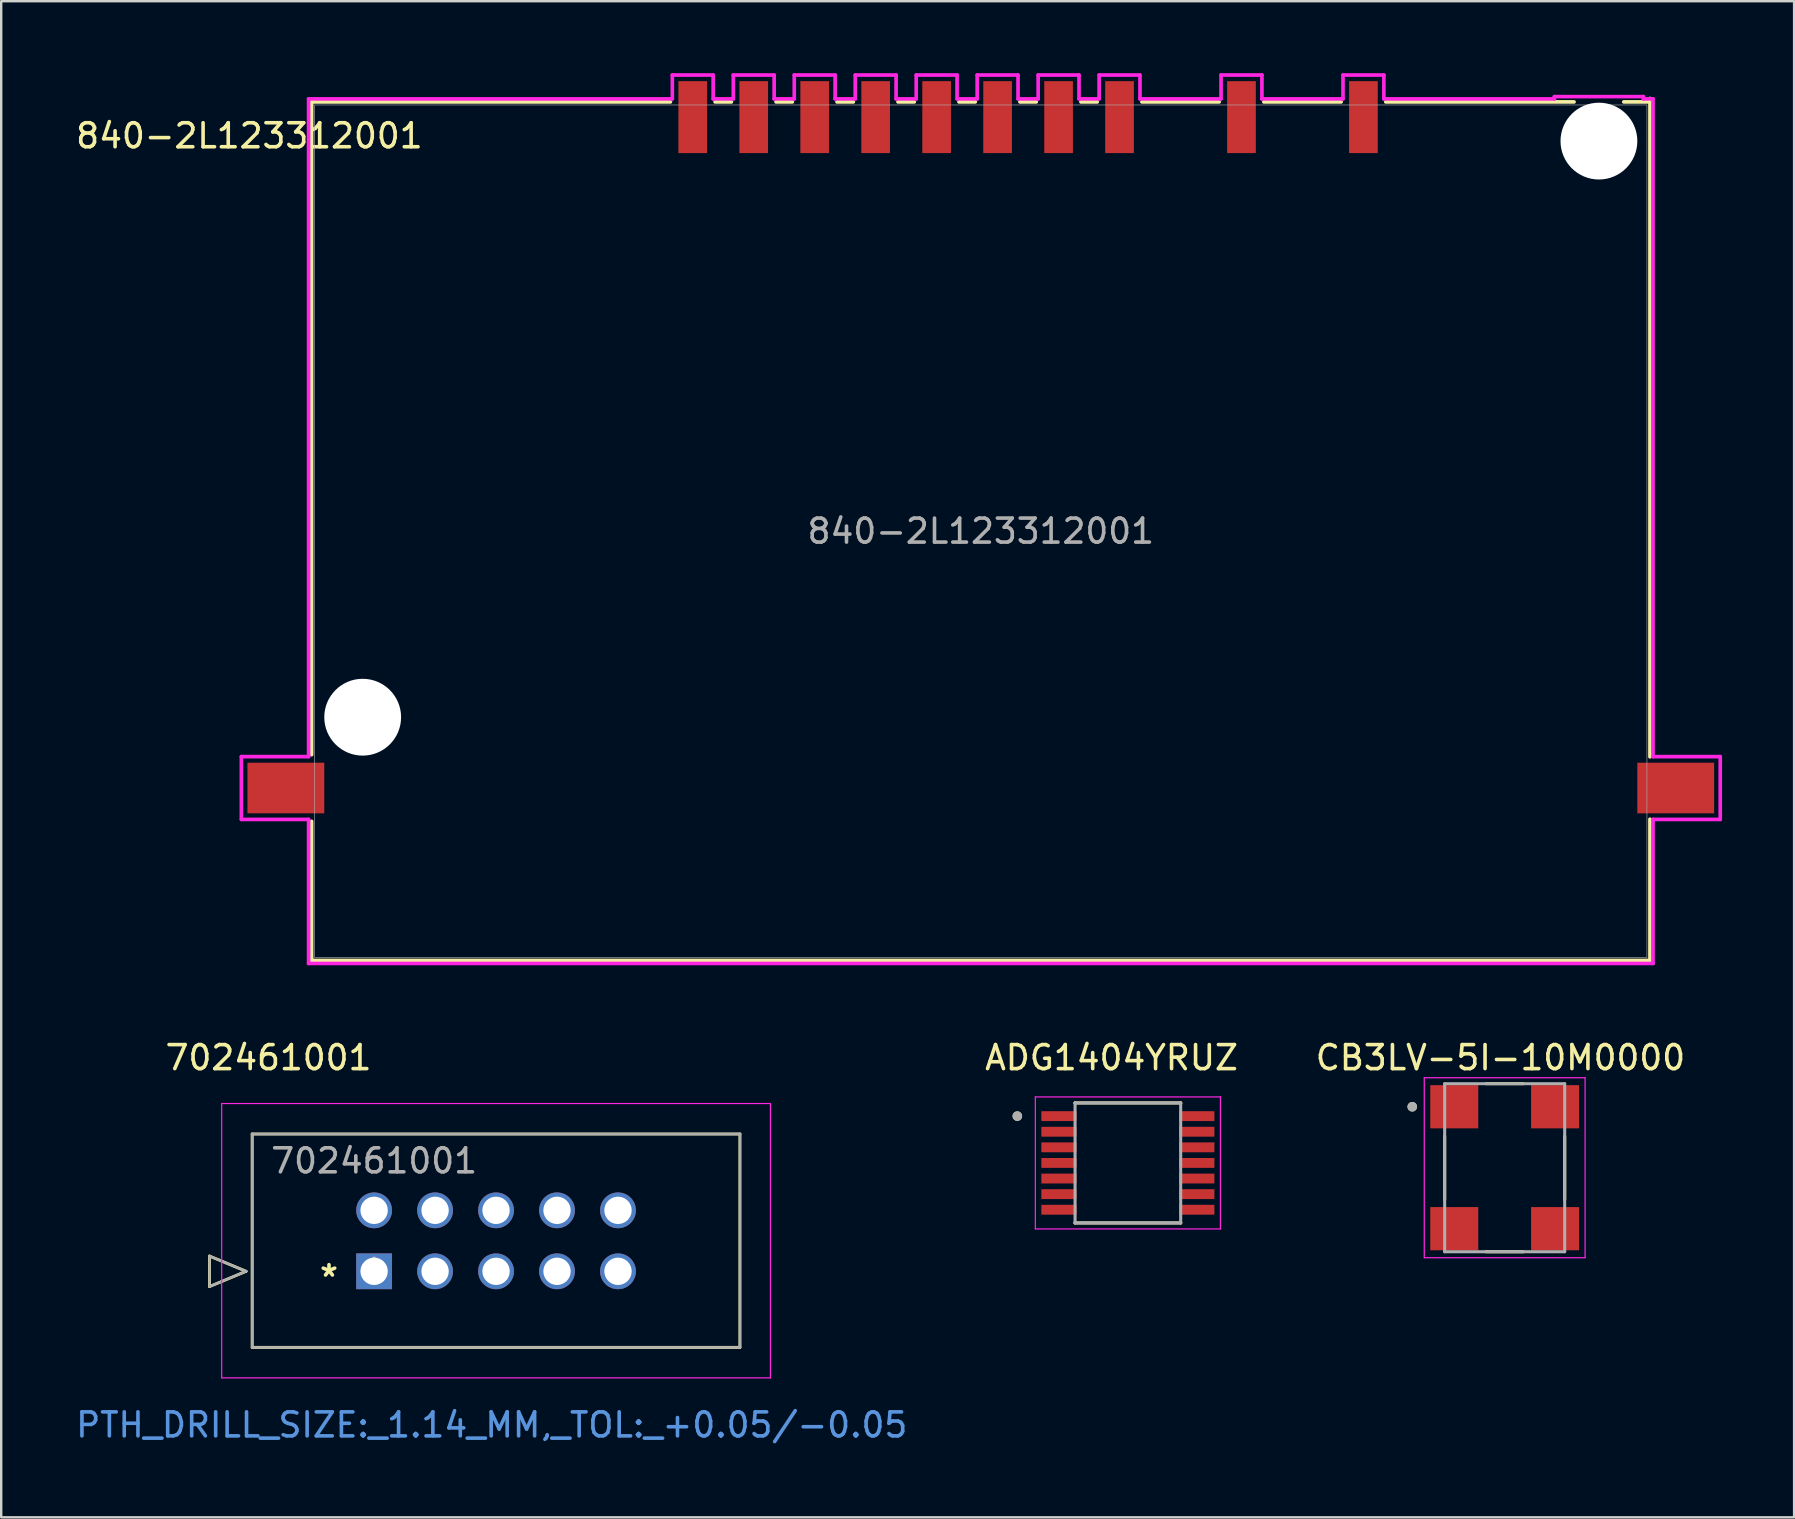
<source format=kicad_pcb>
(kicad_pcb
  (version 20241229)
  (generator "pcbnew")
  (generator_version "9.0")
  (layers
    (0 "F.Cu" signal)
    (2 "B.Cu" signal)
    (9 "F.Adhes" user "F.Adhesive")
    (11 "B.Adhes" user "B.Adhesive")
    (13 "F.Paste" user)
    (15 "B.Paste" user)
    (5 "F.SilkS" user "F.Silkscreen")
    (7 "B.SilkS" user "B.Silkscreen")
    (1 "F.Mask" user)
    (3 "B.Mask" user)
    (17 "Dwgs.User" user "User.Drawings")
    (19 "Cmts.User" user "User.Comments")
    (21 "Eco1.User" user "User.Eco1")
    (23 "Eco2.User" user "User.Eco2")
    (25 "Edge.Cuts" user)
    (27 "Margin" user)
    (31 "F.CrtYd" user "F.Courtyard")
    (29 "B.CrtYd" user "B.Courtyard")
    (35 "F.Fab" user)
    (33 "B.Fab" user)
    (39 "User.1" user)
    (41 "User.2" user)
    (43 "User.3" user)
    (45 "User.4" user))
  (footprint "CB3LV-5I-10M0000"
    (layer "F.Cu")
    (at 59.633 45.596)
    (property "Reference" "CB3LV-5I-10M0000" (at -0.175 -4.585 0) (layer "F.SilkS") (effects (font (size 1 1) (thickness 0.15))))
    (attr smd)
    (fp_line (start -2.5 -1.32) (end -2.5 1.32) (stroke (width 0.127) (type solid)) (layer "F.SilkS"))
    (fp_line (start -0.78 -3.5) (end 0.78 -3.5) (stroke (width 0.127) (type solid)) (layer "F.SilkS"))
    (fp_line (start -0.78 3.5) (end 0.78 3.5) (stroke (width 0.127) (type solid)) (layer "F.SilkS"))
    (fp_line (start 2.5 -1.32) (end 2.5 1.32) (stroke (width 0.127) (type solid)) (layer "F.SilkS"))
    (fp_circle (center -3.85 -2.54) (end -3.75 -2.54) (stroke (width 0.2) (type solid)) (fill no) (layer "F.SilkS"))
    (fp_line (start -3.35 -3.75) (end -3.35 3.75) (stroke (width 0.05) (type solid)) (layer "F.CrtYd"))
    (fp_line (start -3.35 -3.75) (end 3.35 -3.75) (stroke (width 0.05) (type solid)) (layer "F.CrtYd"))
    (fp_line (start 3.35 -3.75) (end 3.35 3.75) (stroke (width 0.05) (type solid)) (layer "F.CrtYd"))
    (fp_line (start 3.35 3.75) (end -3.35 3.75) (stroke (width 0.05) (type solid)) (layer "F.CrtYd"))
    (fp_line (start -2.5 -3.5) (end -2.5 3.5) (stroke (width 0.127) (type solid)) (layer "F.Fab"))
    (fp_line (start -2.5 -3.5) (end 2.5 -3.5) (stroke (width 0.127) (type solid)) (layer "F.Fab"))
    (fp_line (start 2.5 -3.5) (end 2.5 3.5) (stroke (width 0.127) (type solid)) (layer "F.Fab"))
    (fp_line (start 2.5 3.5) (end -2.5 3.5) (stroke (width 0.127) (type solid)) (layer "F.Fab"))
    (fp_circle (center -3.85 -2.54) (end -3.75 -2.54) (stroke (width 0.2) (type solid)) (fill no) (layer "F.Fab"))
    (pad "1" smd rect (at -2.1 -2.54) (size 2 1.8) (layers "F.Cu" "F.Mask" "F.Paste"))
    (pad "2" smd rect (at -2.1 2.54) (size 2 1.8) (layers "F.Cu" "F.Mask" "F.Paste"))
    (pad "3" smd rect (at 2.1 2.54) (size 2 1.8) (layers "F.Cu" "F.Mask" "F.Paste"))
    (pad "4" smd rect (at 2.1 -2.54) (size 2 1.8) (layers "F.Cu" "F.Mask" "F.Paste")))
  (footprint "ADG1404YRUZ"
    (layer "F.Cu")
    (at 43.936 45.396)
    (property "Reference" "ADG1404YRUZ" (at -0.68 -4.385 0) (layer "F.SilkS") (effects (font (size 1 1) (thickness 0.15))))
    (attr smd)
    (fp_line (start -2.2 -2.5) (end -2.2 -2.475) (stroke (width 0.127) (type solid)) (layer "F.SilkS"))
    (fp_line (start -2.2 -2.5) (end 2.2 -2.5) (stroke (width 0.127) (type solid)) (layer "F.SilkS"))
    (fp_line (start -2.2 2.5) (end -2.2 2.475) (stroke (width 0.127) (type solid)) (layer "F.SilkS"))
    (fp_line (start -2.2 2.5) (end 2.2 2.5) (stroke (width 0.127) (type solid)) (layer "F.SilkS"))
    (fp_line (start 2.2 -2.5) (end 2.2 -2.475) (stroke (width 0.127) (type solid)) (layer "F.SilkS"))
    (fp_line (start 2.2 2.5) (end 2.2 2.475) (stroke (width 0.127) (type solid)) (layer "F.SilkS"))
    (fp_circle (center -4.605 -1.95) (end -4.505 -1.95) (stroke (width 0.2) (type solid)) (fill no) (layer "F.SilkS"))
    (fp_line (start -3.855 -2.75) (end -3.855 2.75) (stroke (width 0.05) (type solid)) (layer "F.CrtYd"))
    (fp_line (start -3.855 2.75) (end 3.855 2.75) (stroke (width 0.05) (type solid)) (layer "F.CrtYd"))
    (fp_line (start 3.855 -2.75) (end -3.855 -2.75) (stroke (width 0.05) (type solid)) (layer "F.CrtYd"))
    (fp_line (start 3.855 2.75) (end 3.855 -2.75) (stroke (width 0.05) (type solid)) (layer "F.CrtYd"))
    (fp_line (start -2.2 -2.5) (end -2.2 2.5) (stroke (width 0.127) (type solid)) (layer "F.Fab"))
    (fp_line (start -2.2 -2.5) (end 2.2 -2.5) (stroke (width 0.127) (type solid)) (layer "F.Fab"))
    (fp_line (start -2.2 2.5) (end 2.2 2.5) (stroke (width 0.127) (type solid)) (layer "F.Fab"))
    (fp_line (start 2.2 -2.5) (end 2.2 2.5) (stroke (width 0.127) (type solid)) (layer "F.Fab"))
    (fp_circle (center -4.605 -1.95) (end -4.505 -1.95) (stroke (width 0.2) (type solid)) (fill no) (layer "F.Fab"))
    (pad "1" smd roundrect (at -2.87 -1.95) (size 1.47 0.41) (layers "F.Cu" "F.Mask" "F.Paste") (roundrect_rratio 0.05))
    (pad "2" smd roundrect (at -2.87 -1.3) (size 1.47 0.41) (layers "F.Cu" "F.Mask" "F.Paste") (roundrect_rratio 0.05))
    (pad "3" smd roundrect (at -2.87 -0.65) (size 1.47 0.41) (layers "F.Cu" "F.Mask" "F.Paste") (roundrect_rratio 0.05))
    (pad "4" smd roundrect (at -2.87 0) (size 1.47 0.41) (layers "F.Cu" "F.Mask" "F.Paste") (roundrect_rratio 0.05))
    (pad "5" smd roundrect (at -2.87 0.65) (size 1.47 0.41) (layers "F.Cu" "F.Mask" "F.Paste") (roundrect_rratio 0.05))
    (pad "6" smd roundrect (at -2.87 1.3) (size 1.47 0.41) (layers "F.Cu" "F.Mask" "F.Paste") (roundrect_rratio 0.05))
    (pad "7" smd roundrect (at -2.87 1.95) (size 1.47 0.41) (layers "F.Cu" "F.Mask" "F.Paste") (roundrect_rratio 0.05))
    (pad "8" smd roundrect (at 2.87 1.95) (size 1.47 0.41) (layers "F.Cu" "F.Mask" "F.Paste") (roundrect_rratio 0.05))
    (pad "9" smd roundrect (at 2.87 1.3) (size 1.47 0.41) (layers "F.Cu" "F.Mask" "F.Paste") (roundrect_rratio 0.05))
    (pad "10" smd roundrect (at 2.87 0.65) (size 1.47 0.41) (layers "F.Cu" "F.Mask" "F.Paste") (roundrect_rratio 0.05))
    (pad "11" smd roundrect (at 2.87 0) (size 1.47 0.41) (layers "F.Cu" "F.Mask" "F.Paste") (roundrect_rratio 0.05))
    (pad "12" smd roundrect (at 2.87 -0.65) (size 1.47 0.41) (layers "F.Cu" "F.Mask" "F.Paste") (roundrect_rratio 0.05))
    (pad "13" smd roundrect (at 2.87 -1.3) (size 1.47 0.41) (layers "F.Cu" "F.Mask" "F.Paste") (roundrect_rratio 0.05))
    (pad "14" smd roundrect (at 2.87 -1.95) (size 1.47 0.41) (layers "F.Cu" "F.Mask" "F.Paste") (roundrect_rratio 0.05)))
  (footprint "702461001"
    (layer "F.Cu")
    (at 12.535 49.911)
    (property "Reference" "702461001" (at -4.4 -8.9 0) (layer "F.SilkS") (effects (font (size 1 1) (thickness 0.15))))
    (attr through_hole)
    (fp_line (start -6.858 -0.635) (end -6.858 0.635) (stroke (width 0.12) (type solid)) (layer "F.SilkS"))
    (fp_line (start -6.858 0.635) (end -5.334 0) (stroke (width 0.12) (type solid)) (layer "F.SilkS"))
    (fp_line (start -5.334 0) (end -6.858 -0.635) (stroke (width 0.12) (type solid)) (layer "F.SilkS"))
    (fp_line (start -5.08 -5.72) (end -5.08 3.17) (stroke (width 0.12) (type solid)) (layer "F.SilkS"))
    (fp_line (start -5.08 3.17) (end 15.24 3.17) (stroke (width 0.12) (type solid)) (layer "F.SilkS"))
    (fp_line (start 15.24 -5.72) (end -5.08 -5.72) (stroke (width 0.12) (type solid)) (layer "F.SilkS"))
    (fp_line (start 15.24 3.17) (end 15.24 -5.72) (stroke (width 0.12) (type solid)) (layer "F.SilkS"))
    (fp_line (start -6.35 -6.99) (end -6.35 4.44) (stroke (width 0.05) (type solid)) (layer "F.CrtYd"))
    (fp_line (start -6.35 4.44) (end 16.51 4.44) (stroke (width 0.05) (type solid)) (layer "F.CrtYd"))
    (fp_line (start 16.51 -6.99) (end -6.35 -6.99) (stroke (width 0.05) (type solid)) (layer "F.CrtYd"))
    (fp_line (start 16.51 4.44) (end 16.51 -6.99) (stroke (width 0.05) (type solid)) (layer "F.CrtYd"))
    (fp_line (start -6.858 -0.635) (end -6.858 0.635) (stroke (width 0.1) (type solid)) (layer "F.Fab"))
    (fp_line (start -6.858 0.635) (end -5.334 0) (stroke (width 0.1) (type solid)) (layer "F.Fab"))
    (fp_line (start -5.334 0) (end -6.858 -0.635) (stroke (width 0.1) (type solid)) (layer "F.Fab"))
    (fp_line (start -5.08 -5.72) (end -5.08 3.17) (stroke (width 0.1) (type solid)) (layer "F.Fab"))
    (fp_line (start -5.08 3.17) (end 15.24 3.17) (stroke (width 0.1) (type solid)) (layer "F.Fab"))
    (fp_line (start 15.24 -5.72) (end -5.08 -5.72) (stroke (width 0.1) (type solid)) (layer "F.Fab"))
    (fp_line (start 15.24 3.17) (end 15.24 -5.72) (stroke (width 0.1) (type solid)) (layer "F.Fab"))
    (fp_text user "*" (at -1.88 0.27 0) (layer "F.SilkS") (effects (font (size 1 1) (thickness 0.15))))
    (fp_text user "PTH_DRILL_SIZE:_1.14_MM,_TOL:_+0.05/-0.05" (at 4.9 6.4 0) (layer "Cmts.User") (effects (font (size 1 1) (thickness 0.15))))
    (fp_text user "*" (at 0 0 0) (layer "F.Fab") (effects (font (size 1 1) (thickness 0.15))))
    (fp_text user "702461001" (at 0 -4.6 0) (layer "F.Fab") (effects (font (size 1 1) (thickness 0.15))))
    (pad "1" thru_hole rect (at 0 0) (size 1.49 1.49) (drill 1.14) (layers "*.Cu" "*.Mask"))
    (pad "2" thru_hole circle (at 0 -2.54) (size 1.49 1.49) (drill 1.14) (layers "*.Cu" "*.Mask"))
    (pad "3" thru_hole circle (at 2.54 0 90) (size 1.49 1.49) (drill 1.14) (layers "*.Cu" "*.Mask"))
    (pad "4" thru_hole circle (at 2.54 -2.54 90) (size 1.49 1.49) (drill 1.14) (layers "*.Cu" "*.Mask"))
    (pad "5" thru_hole circle (at 5.08 0 90) (size 1.49 1.49) (drill 1.14) (layers "*.Cu" "*.Mask"))
    (pad "6" thru_hole circle (at 5.08 -2.54 90) (size 1.49 1.49) (drill 1.14) (layers "*.Cu" "*.Mask"))
    (pad "7" thru_hole circle (at 7.62 0 90) (size 1.49 1.49) (drill 1.14) (layers "*.Cu" "*.Mask"))
    (pad "8" thru_hole circle (at 7.62 -2.54 90) (size 1.49 1.49) (drill 1.14) (layers "*.Cu" "*.Mask"))
    (pad "9" thru_hole circle (at 10.16 0 90) (size 1.49 1.49) (drill 1.14) (layers "*.Cu" "*.Mask"))
    (pad "10" thru_hole circle (at 10.16 -2.54 90) (size 1.49 1.49) (drill 1.14) (layers "*.Cu" "*.Mask")))
  (footprint "840-2L123312001"
    (layer "F.Cu")
    (at 37.809 19.078)
    (property "Reference" "840-2L123312001" (at -30.47 -16.47 0) (unlocked yes) (layer "F.SilkS") (effects (font (size 1 1) (thickness 0.15))))
    (attr smd)
    (fp_line (start -27.877 -17.882) (end -27.877 9.313) (stroke (width 0.152) (type solid)) (layer "F.SilkS"))
    (fp_line (start -27.877 12.087) (end -27.877 17.882) (stroke (width 0.152) (type solid)) (layer "F.SilkS"))
    (fp_line (start -27.877 17.882) (end 27.877 17.882) (stroke (width 0.152) (type solid)) (layer "F.SilkS"))
    (fp_line (start -12.93 -17.882) (end -27.877 -17.882) (stroke (width 0.152) (type solid)) (layer "F.SilkS"))
    (fp_line (start -10.39 -17.882) (end -11.07 -17.882) (stroke (width 0.152) (type solid)) (layer "F.SilkS"))
    (fp_line (start -7.85 -17.882) (end -8.53 -17.882) (stroke (width 0.152) (type solid)) (layer "F.SilkS"))
    (fp_line (start -5.31 -17.882) (end -5.99 -17.882) (stroke (width 0.152) (type solid)) (layer "F.SilkS"))
    (fp_line (start -2.77 -17.882) (end -3.45 -17.882) (stroke (width 0.152) (type solid)) (layer "F.SilkS"))
    (fp_line (start -0.23 -17.882) (end -0.91 -17.882) (stroke (width 0.152) (type solid)) (layer "F.SilkS"))
    (fp_line (start 2.31 -17.882) (end 1.63 -17.882) (stroke (width 0.152) (type solid)) (layer "F.SilkS"))
    (fp_line (start 4.85 -17.882) (end 4.17 -17.882) (stroke (width 0.152) (type solid)) (layer "F.SilkS"))
    (fp_line (start 9.93 -17.882) (end 6.71 -17.882) (stroke (width 0.152) (type solid)) (layer "F.SilkS"))
    (fp_line (start 15.01 -17.882) (end 11.79 -17.882) (stroke (width 0.152) (type solid)) (layer "F.SilkS"))
    (fp_line (start 24.714 -17.882) (end 16.87 -17.882) (stroke (width 0.152) (type solid)) (layer "F.SilkS"))
    (fp_line (start 27.877 -17.882) (end 26.786 -17.882) (stroke (width 0.152) (type solid)) (layer "F.SilkS"))
    (fp_line (start 27.877 9.4) (end 27.877 -18.027) (stroke (width 0.152) (type solid)) (layer "F.SilkS"))
    (fp_line (start 27.877 17.882) (end 27.877 12) (stroke (width 0.152) (type solid)) (layer "F.SilkS"))
    (fp_line (start -30.804 9.392) (end -30.804 12.008) (stroke (width 0.152) (type solid)) (layer "F.CrtYd"))
    (fp_line (start -30.804 12.008) (end -28.004 12.008) (stroke (width 0.152) (type solid)) (layer "F.CrtYd"))
    (fp_line (start -28.004 18.009) (end 28.004 18.009) (stroke (width 0.152) (type solid)) (layer "F.CrtYd"))
    (fp_line (start -28.004 12.008) (end -28.004 18.009) (stroke (width 0.152) (type solid)) (layer "F.CrtYd"))
    (fp_line (start -28.004 9.392) (end -30.804 9.392) (stroke (width 0.152) (type solid)) (layer "F.CrtYd"))
    (fp_line (start -28.004 -18.009) (end -28.004 9.392) (stroke (width 0.152) (type solid)) (layer "F.CrtYd"))
    (fp_line (start -12.851 -19.002) (end -12.851 -18.009) (stroke (width 0.152) (type solid)) (layer "F.CrtYd"))
    (fp_line (start -12.851 -18.009) (end -28.004 -18.009) (stroke (width 0.152) (type solid)) (layer "F.CrtYd"))
    (fp_line (start -11.149 -19.002) (end -12.851 -19.002) (stroke (width 0.152) (type solid)) (layer "F.CrtYd"))
    (fp_line (start -11.149 -18.009) (end -11.149 -19.002) (stroke (width 0.152) (type solid)) (layer "F.CrtYd"))
    (fp_line (start -10.311 -19.002) (end -10.311 -18.009) (stroke (width 0.152) (type solid)) (layer "F.CrtYd"))
    (fp_line (start -10.311 -18.009) (end -11.149 -18.009) (stroke (width 0.152) (type solid)) (layer "F.CrtYd"))
    (fp_line (start -8.609 -19.002) (end -10.311 -19.002) (stroke (width 0.152) (type solid)) (layer "F.CrtYd"))
    (fp_line (start -8.609 -18.009) (end -8.609 -19.002) (stroke (width 0.152) (type solid)) (layer "F.CrtYd"))
    (fp_line (start -7.771 -19.002) (end -7.771 -18.009) (stroke (width 0.152) (type solid)) (layer "F.CrtYd"))
    (fp_line (start -7.771 -18.009) (end -8.609 -18.009) (stroke (width 0.152) (type solid)) (layer "F.CrtYd"))
    (fp_line (start -6.069 -19.002) (end -7.771 -19.002) (stroke (width 0.152) (type solid)) (layer "F.CrtYd"))
    (fp_line (start -6.069 -18.009) (end -6.069 -19.002) (stroke (width 0.152) (type solid)) (layer "F.CrtYd"))
    (fp_line (start -5.231 -19.002) (end -5.231 -18.009) (stroke (width 0.152) (type solid)) (layer "F.CrtYd"))
    (fp_line (start -5.231 -18.009) (end -6.069 -18.009) (stroke (width 0.152) (type solid)) (layer "F.CrtYd"))
    (fp_line (start -3.529 -19.002) (end -5.231 -19.002) (stroke (width 0.152) (type solid)) (layer "F.CrtYd"))
    (fp_line (start -3.529 -18.009) (end -3.529 -19.002) (stroke (width 0.152) (type solid)) (layer "F.CrtYd"))
    (fp_line (start -2.691 -19.002) (end -2.691 -18.009) (stroke (width 0.152) (type solid)) (layer "F.CrtYd"))
    (fp_line (start -2.691 -18.009) (end -3.529 -18.009) (stroke (width 0.152) (type solid)) (layer "F.CrtYd"))
    (fp_line (start -0.989 -19.002) (end -2.691 -19.002) (stroke (width 0.152) (type solid)) (layer "F.CrtYd"))
    (fp_line (start -0.989 -18.009) (end -0.989 -19.002) (stroke (width 0.152) (type solid)) (layer "F.CrtYd"))
    (fp_line (start -0.151 -19.002) (end -0.151 -18.009) (stroke (width 0.152) (type solid)) (layer "F.CrtYd"))
    (fp_line (start -0.151 -18.009) (end -0.989 -18.009) (stroke (width 0.152) (type solid)) (layer "F.CrtYd"))
    (fp_line (start 1.551 -19.002) (end -0.151 -19.002) (stroke (width 0.152) (type solid)) (layer "F.CrtYd"))
    (fp_line (start 1.551 -18.009) (end 1.551 -19.002) (stroke (width 0.152) (type solid)) (layer "F.CrtYd"))
    (fp_line (start 2.389 -19.002) (end 2.389 -18.009) (stroke (width 0.152) (type solid)) (layer "F.CrtYd"))
    (fp_line (start 2.389 -18.009) (end 1.551 -18.009) (stroke (width 0.152) (type solid)) (layer "F.CrtYd"))
    (fp_line (start 4.091 -19.002) (end 2.389 -19.002) (stroke (width 0.152) (type solid)) (layer "F.CrtYd"))
    (fp_line (start 4.091 -18.009) (end 4.091 -19.002) (stroke (width 0.152) (type solid)) (layer "F.CrtYd"))
    (fp_line (start 4.929 -19.002) (end 4.929 -18.009) (stroke (width 0.152) (type solid)) (layer "F.CrtYd"))
    (fp_line (start 4.929 -18.009) (end 4.091 -18.009) (stroke (width 0.152) (type solid)) (layer "F.CrtYd"))
    (fp_line (start 6.631 -19.002) (end 4.929 -19.002) (stroke (width 0.152) (type solid)) (layer "F.CrtYd"))
    (fp_line (start 6.631 -18.009) (end 6.631 -19.002) (stroke (width 0.152) (type solid)) (layer "F.CrtYd"))
    (fp_line (start 10.009 -19.002) (end 10.009 -18.009) (stroke (width 0.152) (type solid)) (layer "F.CrtYd"))
    (fp_line (start 10.009 -18.009) (end 6.631 -18.009) (stroke (width 0.152) (type solid)) (layer "F.CrtYd"))
    (fp_line (start 11.711 -19.002) (end 10.009 -19.002) (stroke (width 0.152) (type solid)) (layer "F.CrtYd"))
    (fp_line (start 11.711 -18.009) (end 11.711 -19.002) (stroke (width 0.152) (type solid)) (layer "F.CrtYd"))
    (fp_line (start 15.089 -19.002) (end 15.089 -18.009) (stroke (width 0.152) (type solid)) (layer "F.CrtYd"))
    (fp_line (start 15.089 -18.009) (end 11.711 -18.009) (stroke (width 0.152) (type solid)) (layer "F.CrtYd"))
    (fp_line (start 16.791 -19.002) (end 15.089 -19.002) (stroke (width 0.152) (type solid)) (layer "F.CrtYd"))
    (fp_line (start 16.791 -18.009) (end 16.791 -19.002) (stroke (width 0.152) (type solid)) (layer "F.CrtYd"))
    (fp_line (start 23.896 -18.104) (end 23.896 -18.009) (stroke (width 0.152) (type solid)) (layer "F.CrtYd"))
    (fp_line (start 23.896 -18.009) (end 16.791 -18.009) (stroke (width 0.152) (type solid)) (layer "F.CrtYd"))
    (fp_line (start 27.604 -18.104) (end 23.896 -18.104) (stroke (width 0.152) (type solid)) (layer "F.CrtYd"))
    (fp_line (start 27.604 -18.009) (end 27.604 -18.104) (stroke (width 0.152) (type solid)) (layer "F.CrtYd"))
    (fp_line (start 28.004 -18.009) (end 27.604 -18.009) (stroke (width 0.152) (type solid)) (layer "F.CrtYd"))
    (fp_line (start 28.004 9.392) (end 28.004 -18.009) (stroke (width 0.152) (type solid)) (layer "F.CrtYd"))
    (fp_line (start 28.004 12.008) (end 30.804 12.008) (stroke (width 0.152) (type solid)) (layer "F.CrtYd"))
    (fp_line (start 28.004 18.009) (end 28.004 12.008) (stroke (width 0.152) (type solid)) (layer "F.CrtYd"))
    (fp_line (start 30.804 9.392) (end 28.004 9.392) (stroke (width 0.152) (type solid)) (layer "F.CrtYd"))
    (fp_line (start 30.804 12.008) (end 30.804 9.392) (stroke (width 0.152) (type solid)) (layer "F.CrtYd"))
    (fp_line (start -27.75 -17.755) (end -27.75 17.755) (stroke (width 0.025) (type solid)) (layer "F.Fab"))
    (fp_line (start -27.75 17.755) (end 27.75 17.755) (stroke (width 0.025) (type solid)) (layer "F.Fab"))
    (fp_line (start 27.75 -17.755) (end -27.75 -17.755) (stroke (width 0.025) (type solid)) (layer "F.Fab"))
    (fp_line (start 27.75 17.755) (end 27.75 -17.755) (stroke (width 0.025) (type solid)) (layer "F.Fab"))
    (fp_text user "${REFERENCE}" (at 0 0 0) (unlocked yes) (layer "F.Fab") (effects (font (size 1 1) (thickness 0.15))))
    (pad "" np_thru_hole circle (at -25.75 7.75) (size 3.2 3.2) (drill 3.2) (layers "*.Cu" "*.Mask"))
    (pad "" np_thru_hole circle (at 25.75 -16.25) (size 3.2 3.2) (drill 3.2) (layers "*.Cu" "*.Mask"))
    (pad "11" smd rect (at -28.95 10.7) (size 3.2 2.108) (layers "F.Cu" "F.Mask" "F.Paste"))
    (pad "12" smd rect (at 28.95 10.7) (size 3.2 2.108) (layers "F.Cu" "F.Mask" "F.Paste"))
    (pad "C1" smd rect (at -6.92 -17.249) (size 1.194 2.997) (layers "F.Cu" "F.Mask" "F.Paste"))
    (pad "C2" smd rect (at -4.38 -17.249) (size 1.194 2.997) (layers "F.Cu" "F.Mask" "F.Paste"))
    (pad "C3" smd rect (at -1.84 -17.249) (size 1.194 2.997) (layers "F.Cu" "F.Mask" "F.Paste"))
    (pad "C4" smd rect (at 0.7 -17.249) (size 1.194 2.997) (layers "F.Cu" "F.Mask" "F.Paste"))
    (pad "C5" smd rect (at -12 -17.249) (size 1.194 2.997) (layers "F.Cu" "F.Mask" "F.Paste"))
    (pad "C6" smd rect (at -9.46 -17.249) (size 1.194 2.997) (layers "F.Cu" "F.Mask" "F.Paste"))
    (pad "C7" smd rect (at 3.24 -17.249) (size 1.194 2.997) (layers "F.Cu" "F.Mask" "F.Paste"))
    (pad "C8" smd rect (at 5.78 -17.249) (size 1.194 2.997) (layers "F.Cu" "F.Mask" "F.Paste"))
    (pad "C9" smd rect (at 10.86 -17.249) (size 1.194 2.997) (layers "F.Cu" "F.Mask" "F.Paste"))
    (pad "C10" smd rect (at 15.94 -17.249) (size 1.194 2.997) (layers "F.Cu" "F.Mask" "F.Paste")))
  (gr_rect
    (start -3 -3)
    (end 71.69 60.159)
    (stroke (width 0.1) (type default))
    (fill no)
    (layer "Edge.Cuts")))
</source>
